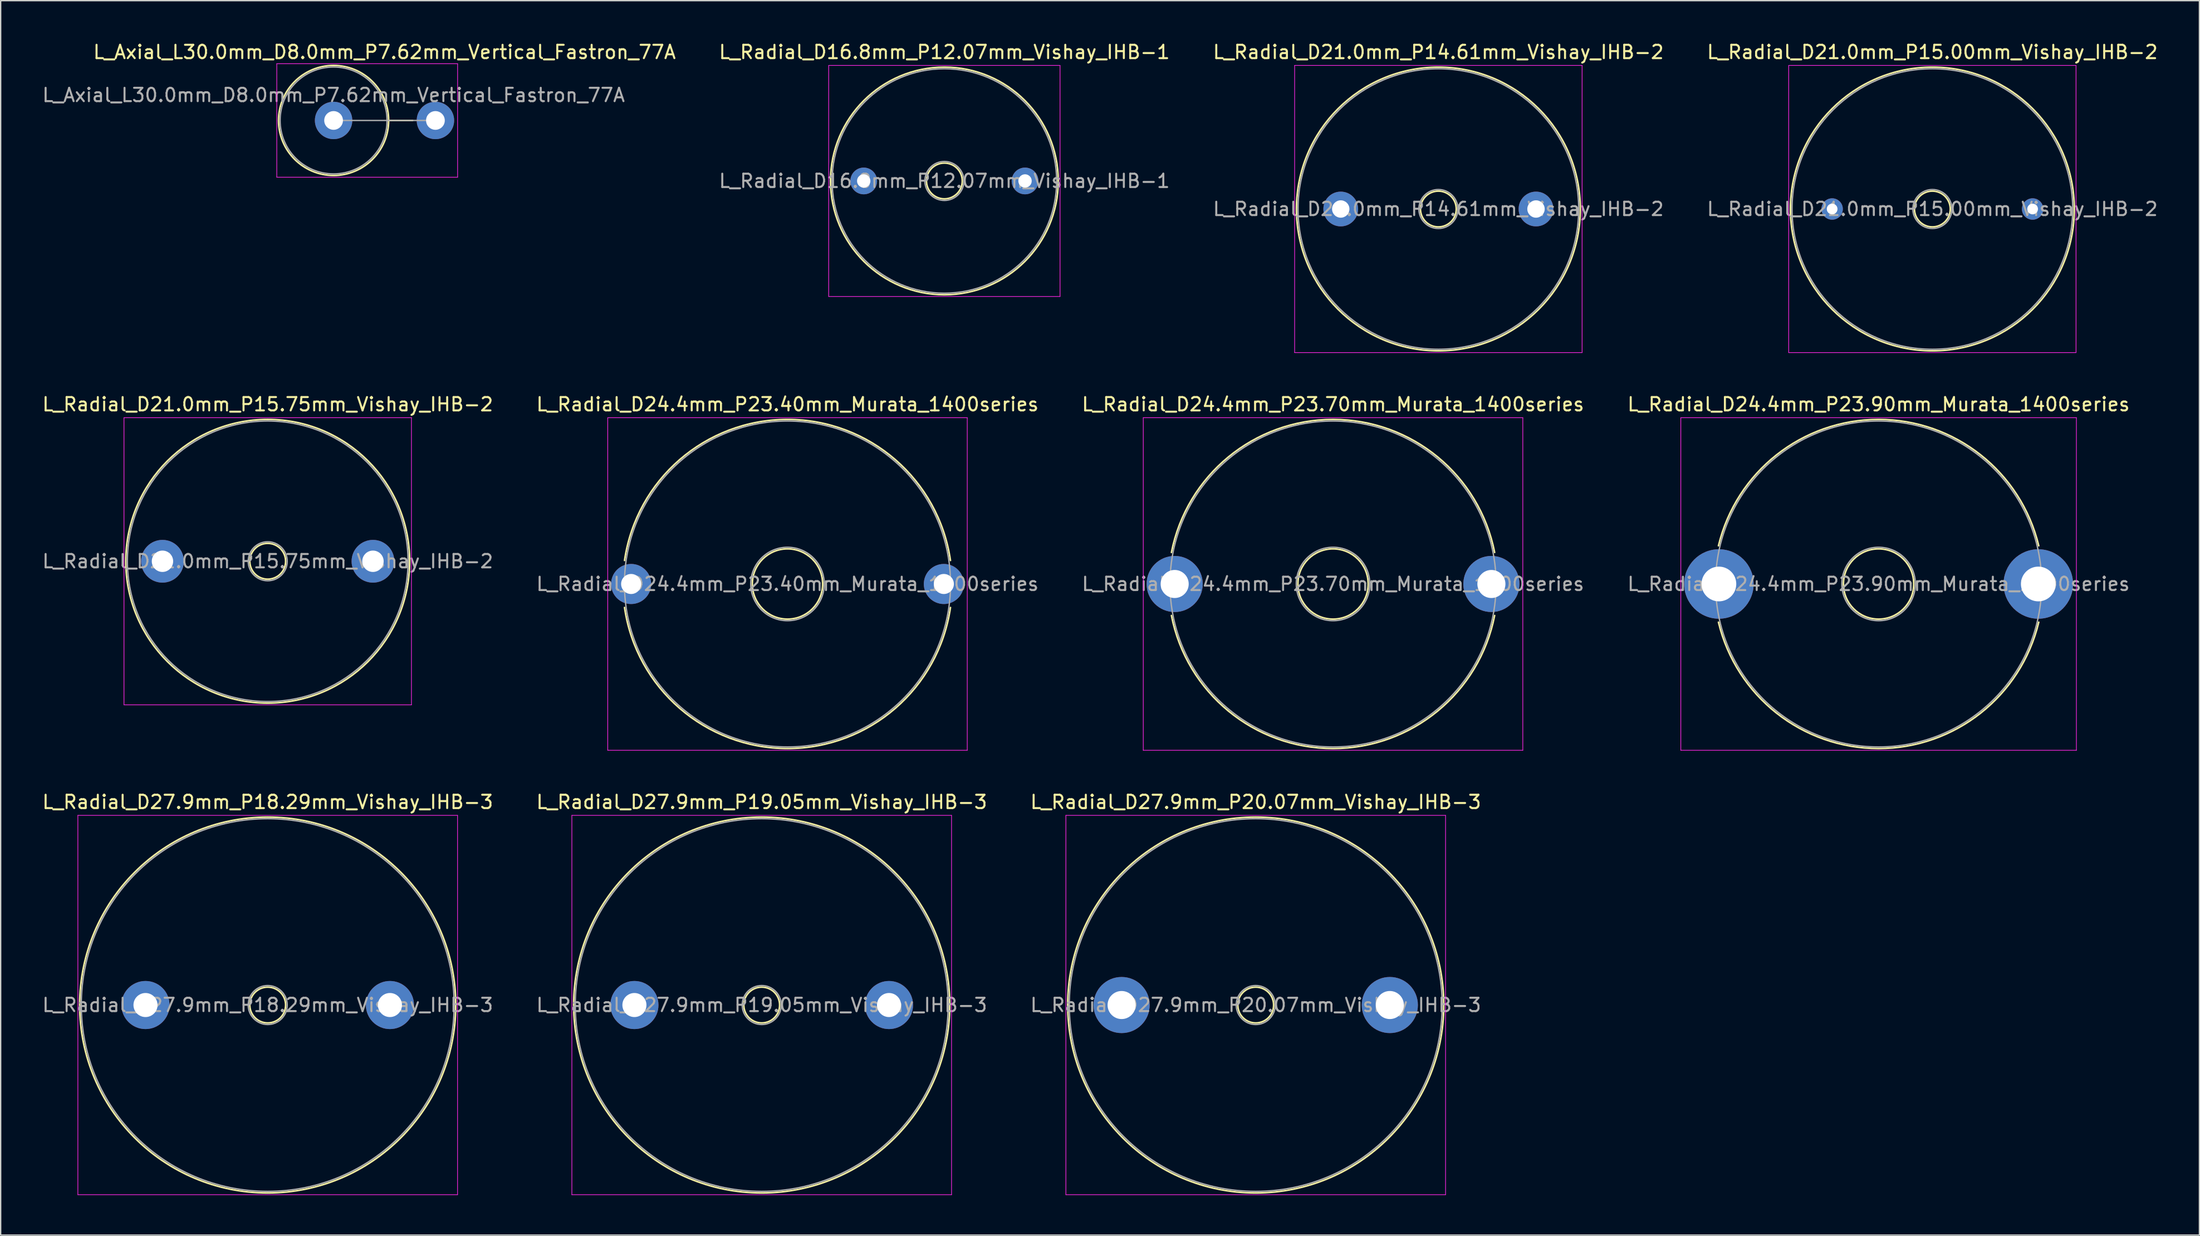
<source format=kicad_pcb>
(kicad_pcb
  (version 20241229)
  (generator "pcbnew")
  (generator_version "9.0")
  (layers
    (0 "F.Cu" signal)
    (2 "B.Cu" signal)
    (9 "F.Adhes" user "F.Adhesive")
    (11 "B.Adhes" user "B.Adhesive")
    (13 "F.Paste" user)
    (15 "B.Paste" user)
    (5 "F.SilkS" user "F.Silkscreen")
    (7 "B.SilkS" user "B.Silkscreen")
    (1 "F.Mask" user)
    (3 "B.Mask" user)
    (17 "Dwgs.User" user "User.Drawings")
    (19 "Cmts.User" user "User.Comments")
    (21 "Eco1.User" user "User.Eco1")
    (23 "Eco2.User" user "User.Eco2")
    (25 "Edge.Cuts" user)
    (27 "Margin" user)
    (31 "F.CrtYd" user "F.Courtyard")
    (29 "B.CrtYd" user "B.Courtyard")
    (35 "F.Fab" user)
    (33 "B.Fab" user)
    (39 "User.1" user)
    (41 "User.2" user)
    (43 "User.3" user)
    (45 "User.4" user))
  (footprint "L_Radial_D16.8mm_P12.07mm_Vishay_IHB-1"
    (layer "F.Cu")
    (at 61.579 10.498)
    (property "Reference" "L_Radial_D16.8mm_P12.07mm_Vishay_IHB-1" (at 6.035 -9.65 0) (layer "F.SilkS") (effects (font (size 1 1) (thickness 0.15))))
    (attr through_hole)
    (fp_circle (center 6.035 0) (end 7.375 0) (stroke (width 0.12) (type solid)) (fill no) (layer "F.SilkS"))
    (fp_circle (center 6.035 0) (end 14.555 0) (stroke (width 0.12) (type solid)) (fill no) (layer "F.SilkS"))
    (fp_line (start -2.62 -8.65) (end -2.62 8.65) (stroke (width 0.05) (type solid)) (layer "F.CrtYd"))
    (fp_line (start -2.62 8.65) (end 14.69 8.65) (stroke (width 0.05) (type solid)) (layer "F.CrtYd"))
    (fp_line (start 14.69 -8.65) (end -2.62 -8.65) (stroke (width 0.05) (type solid)) (layer "F.CrtYd"))
    (fp_line (start 14.69 8.65) (end 14.69 -8.65) (stroke (width 0.05) (type solid)) (layer "F.CrtYd"))
    (fp_circle (center 6.035 0) (end 7.495 0) (stroke (width 0.1) (type solid)) (fill no) (layer "F.Fab"))
    (fp_circle (center 6.035 0) (end 14.435 0) (stroke (width 0.1) (type solid)) (fill no) (layer "F.Fab"))
    (fp_text user "${REFERENCE}" (at 6.035 0 0) (layer "F.Fab") (effects (font (size 1 1) (thickness 0.15))))
    (pad "1" thru_hole circle (at 0 0) (size 2 2) (drill 1) (layers "*.Cu" "*.Mask"))
    (pad "2" thru_hole circle (at 12.07 0) (size 2 2) (drill 1) (layers "*.Cu" "*.Mask")))
  (footprint "L_Radial_D24.4mm_P23.90mm_Murata_1400series"
    (layer "F.Cu")
    (at 125.568 40.672)
    (property "Reference" "L_Radial_D24.4mm_P23.90mm_Murata_1400series" (at 11.95 -13.45 0) (layer "F.SilkS") (effects (font (size 1 1) (thickness 0.15))))
    (attr through_hole)
    (fp_arc (start -0.033439 -2.86) (mid 11.95 -12.32) (end 23.933439 -2.86) (stroke (width 0.12) (type solid)) (layer "F.SilkS"))
    (fp_arc (start 23.933439 2.86) (mid 11.95 12.32) (end -0.033439 2.86) (stroke (width 0.12) (type solid)) (layer "F.SilkS"))
    (fp_circle (center 11.95 0) (end 14.58 0) (stroke (width 0.12) (type solid)) (fill no) (layer "F.SilkS"))
    (fp_line (start -2.85 -12.45) (end -2.85 12.45) (stroke (width 0.05) (type solid)) (layer "F.CrtYd"))
    (fp_line (start -2.85 12.45) (end 26.75 12.45) (stroke (width 0.05) (type solid)) (layer "F.CrtYd"))
    (fp_line (start 26.75 -12.45) (end -2.85 -12.45) (stroke (width 0.05) (type solid)) (layer "F.CrtYd"))
    (fp_line (start 26.75 12.45) (end 26.75 -12.45) (stroke (width 0.05) (type solid)) (layer "F.CrtYd"))
    (fp_circle (center 11.95 0) (end 14.7 0) (stroke (width 0.1) (type solid)) (fill no) (layer "F.Fab"))
    (fp_circle (center 11.95 0) (end 24.15 0) (stroke (width 0.1) (type solid)) (fill no) (layer "F.Fab"))
    (fp_text user "${REFERENCE}" (at 11.95 0 0) (layer "F.Fab") (effects (font (size 1 1) (thickness 0.15))))
    (pad "1" thru_hole circle (at 0 0) (size 5.2 5.2) (drill 2.6) (layers "*.Cu" "*.Mask"))
    (pad "2" thru_hole circle (at 23.9 0) (size 5.2 5.2) (drill 2.6) (layers "*.Cu" "*.Mask")))
  (footprint "L_Radial_D27.9mm_P19.05mm_Vishay_IHB-3"
    (layer "F.Cu")
    (at 44.421 72.195)
    (property "Reference" "L_Radial_D27.9mm_P19.05mm_Vishay_IHB-3" (at 9.525 -15.2 0) (layer "F.SilkS") (effects (font (size 1 1) (thickness 0.15))))
    (attr through_hole)
    (fp_circle (center 9.525 0) (end 10.865 0) (stroke (width 0.12) (type solid)) (fill no) (layer "F.SilkS"))
    (fp_circle (center 9.525 0) (end 23.595 0) (stroke (width 0.12) (type solid)) (fill no) (layer "F.SilkS"))
    (fp_line (start -4.68 -14.2) (end -4.68 14.2) (stroke (width 0.05) (type solid)) (layer "F.CrtYd"))
    (fp_line (start -4.68 14.2) (end 23.73 14.2) (stroke (width 0.05) (type solid)) (layer "F.CrtYd"))
    (fp_line (start 23.73 -14.2) (end -4.68 -14.2) (stroke (width 0.05) (type solid)) (layer "F.CrtYd"))
    (fp_line (start 23.73 14.2) (end 23.73 -14.2) (stroke (width 0.05) (type solid)) (layer "F.CrtYd"))
    (fp_circle (center 9.525 0) (end 10.985 0) (stroke (width 0.1) (type solid)) (fill no) (layer "F.Fab"))
    (fp_circle (center 9.525 0) (end 23.475 0) (stroke (width 0.1) (type solid)) (fill no) (layer "F.Fab"))
    (fp_text user "${REFERENCE}" (at 9.525 0 0) (layer "F.Fab") (effects (font (size 1 1) (thickness 0.15))))
    (pad "1" thru_hole circle (at 0 0) (size 3.6 3.6) (drill 1.8) (layers "*.Cu" "*.Mask"))
    (pad "2" thru_hole circle (at 19.05 0) (size 3.6 3.6) (drill 1.8) (layers "*.Cu" "*.Mask")))
  (footprint "L_Radial_D21.0mm_P14.61mm_Vishay_IHB-2"
    (layer "F.Cu")
    (at 97.273 12.598)
    (property "Reference" "L_Radial_D21.0mm_P14.61mm_Vishay_IHB-2" (at 7.305 -11.75 0) (layer "F.SilkS") (effects (font (size 1 1) (thickness 0.15))))
    (attr through_hole)
    (fp_circle (center 7.305 0) (end 8.645 0) (stroke (width 0.12) (type solid)) (fill no) (layer "F.SilkS"))
    (fp_circle (center 7.305 0) (end 17.925 0) (stroke (width 0.12) (type solid)) (fill no) (layer "F.SilkS"))
    (fp_line (start -3.45 -10.75) (end -3.45 10.75) (stroke (width 0.05) (type solid)) (layer "F.CrtYd"))
    (fp_line (start -3.45 10.75) (end 18.06 10.75) (stroke (width 0.05) (type solid)) (layer "F.CrtYd"))
    (fp_line (start 18.06 -10.75) (end -3.45 -10.75) (stroke (width 0.05) (type solid)) (layer "F.CrtYd"))
    (fp_line (start 18.06 10.75) (end 18.06 -10.75) (stroke (width 0.05) (type solid)) (layer "F.CrtYd"))
    (fp_circle (center 7.305 0) (end 8.765 0) (stroke (width 0.1) (type solid)) (fill no) (layer "F.Fab"))
    (fp_circle (center 7.305 0) (end 17.805 0) (stroke (width 0.1) (type solid)) (fill no) (layer "F.Fab"))
    (fp_text user "${REFERENCE}" (at 7.305 0 0) (layer "F.Fab") (effects (font (size 1 1) (thickness 0.15))))
    (pad "1" thru_hole circle (at 0 0) (size 2.6 2.6) (drill 1.3) (layers "*.Cu" "*.Mask"))
    (pad "2" thru_hole circle (at 14.61 0) (size 2.6 2.6) (drill 1.3) (layers "*.Cu" "*.Mask")))
  (footprint "L_Radial_D24.4mm_P23.70mm_Murata_1400series"
    (layer "F.Cu")
    (at 84.846 40.672)
    (property "Reference" "L_Radial_D24.4mm_P23.70mm_Murata_1400series" (at 11.85 -13.45 0) (layer "F.SilkS") (effects (font (size 1 1) (thickness 0.15))))
    (attr through_hole)
    (fp_arc (start -0.241848 -2.36) (mid 11.85 -12.32) (end 23.941848 -2.36) (stroke (width 0.12) (type solid)) (layer "F.SilkS"))
    (fp_arc (start 23.941848 2.36) (mid 11.85 12.32) (end -0.241848 2.36) (stroke (width 0.12) (type solid)) (layer "F.SilkS"))
    (fp_circle (center 11.85 0) (end 14.48 0) (stroke (width 0.12) (type solid)) (fill no) (layer "F.SilkS"))
    (fp_line (start -2.35 -12.45) (end -2.35 12.45) (stroke (width 0.05) (type solid)) (layer "F.CrtYd"))
    (fp_line (start -2.35 12.45) (end 26.05 12.45) (stroke (width 0.05) (type solid)) (layer "F.CrtYd"))
    (fp_line (start 26.05 -12.45) (end -2.35 -12.45) (stroke (width 0.05) (type solid)) (layer "F.CrtYd"))
    (fp_line (start 26.05 12.45) (end 26.05 -12.45) (stroke (width 0.05) (type solid)) (layer "F.CrtYd"))
    (fp_circle (center 11.85 0) (end 14.6 0) (stroke (width 0.1) (type solid)) (fill no) (layer "F.Fab"))
    (fp_circle (center 11.85 0) (end 24.05 0) (stroke (width 0.1) (type solid)) (fill no) (layer "F.Fab"))
    (fp_text user "${REFERENCE}" (at 11.85 0 0) (layer "F.Fab") (effects (font (size 1 1) (thickness 0.15))))
    (pad "1" thru_hole circle (at 0 0) (size 4.2 4.2) (drill 2.1) (layers "*.Cu" "*.Mask"))
    (pad "2" thru_hole circle (at 23.7 0) (size 4.2 4.2) (drill 2.1) (layers "*.Cu" "*.Mask")))
  (footprint "L_Radial_D21.0mm_P15.75mm_Vishay_IHB-2"
    (layer "F.Cu")
    (at 9.107 38.971)
    (property "Reference" "L_Radial_D21.0mm_P15.75mm_Vishay_IHB-2" (at 7.875 -11.75 0) (layer "F.SilkS") (effects (font (size 1 1) (thickness 0.15))))
    (attr through_hole)
    (fp_circle (center 7.875 0) (end 9.215 0) (stroke (width 0.12) (type solid)) (fill no) (layer "F.SilkS"))
    (fp_circle (center 7.875 0) (end 18.495 0) (stroke (width 0.12) (type solid)) (fill no) (layer "F.SilkS"))
    (fp_line (start -2.88 -10.75) (end -2.88 10.75) (stroke (width 0.05) (type solid)) (layer "F.CrtYd"))
    (fp_line (start -2.88 10.75) (end 18.63 10.75) (stroke (width 0.05) (type solid)) (layer "F.CrtYd"))
    (fp_line (start 18.63 -10.75) (end -2.88 -10.75) (stroke (width 0.05) (type solid)) (layer "F.CrtYd"))
    (fp_line (start 18.63 10.75) (end 18.63 -10.75) (stroke (width 0.05) (type solid)) (layer "F.CrtYd"))
    (fp_circle (center 7.875 0) (end 9.335 0) (stroke (width 0.1) (type solid)) (fill no) (layer "F.Fab"))
    (fp_circle (center 7.875 0) (end 18.375 0) (stroke (width 0.1) (type solid)) (fill no) (layer "F.Fab"))
    (fp_text user "${REFERENCE}" (at 7.875 0 0) (layer "F.Fab") (effects (font (size 1 1) (thickness 0.15))))
    (pad "1" thru_hole circle (at 0 0) (size 3.2 3.2) (drill 1.6) (layers "*.Cu" "*.Mask"))
    (pad "2" thru_hole circle (at 15.75 0) (size 3.2 3.2) (drill 1.6) (layers "*.Cu" "*.Mask")))
  (footprint "L_Radial_D21.0mm_P15.00mm_Vishay_IHB-2"
    (layer "F.Cu")
    (at 134.042 12.598)
    (property "Reference" "L_Radial_D21.0mm_P15.00mm_Vishay_IHB-2" (at 7.5 -11.75 0) (layer "F.SilkS") (effects (font (size 1 1) (thickness 0.15))))
    (attr through_hole)
    (fp_circle (center 7.5 0) (end 8.84 0) (stroke (width 0.12) (type solid)) (fill no) (layer "F.SilkS"))
    (fp_circle (center 7.5 0) (end 18.12 0) (stroke (width 0.12) (type solid)) (fill no) (layer "F.SilkS"))
    (fp_line (start -3.25 -10.75) (end -3.25 10.75) (stroke (width 0.05) (type solid)) (layer "F.CrtYd"))
    (fp_line (start -3.25 10.75) (end 18.25 10.75) (stroke (width 0.05) (type solid)) (layer "F.CrtYd"))
    (fp_line (start 18.25 -10.75) (end -3.25 -10.75) (stroke (width 0.05) (type solid)) (layer "F.CrtYd"))
    (fp_line (start 18.25 10.75) (end 18.25 -10.75) (stroke (width 0.05) (type solid)) (layer "F.CrtYd"))
    (fp_circle (center 7.5 0) (end 8.96 0) (stroke (width 0.1) (type solid)) (fill no) (layer "F.Fab"))
    (fp_circle (center 7.5 0) (end 18 0) (stroke (width 0.1) (type solid)) (fill no) (layer "F.Fab"))
    (fp_text user "${REFERENCE}" (at 7.5 0 0) (layer "F.Fab") (effects (font (size 1 1) (thickness 0.15))))
    (pad "1" thru_hole circle (at 0 0) (size 1.6 1.6) (drill 0.8) (layers "*.Cu" "*.Mask"))
    (pad "2" thru_hole circle (at 15 0) (size 1.6 1.6) (drill 0.8) (layers "*.Cu" "*.Mask")))
  (footprint "L_Radial_D24.4mm_P23.40mm_Murata_1400series"
    (layer "F.Cu")
    (at 44.175 40.672)
    (property "Reference" "L_Radial_D24.4mm_P23.40mm_Murata_1400series" (at 11.7 -13.45 0) (layer "F.SilkS") (effects (font (size 1 1) (thickness 0.15))))
    (attr through_hole)
    (fp_arc (start -0.493638 -1.76) (mid 11.7 -12.32) (end 23.893638 -1.76) (stroke (width 0.12) (type solid)) (layer "F.SilkS"))
    (fp_arc (start 23.893638 1.76) (mid 11.7 12.32) (end -0.493638 1.76) (stroke (width 0.12) (type solid)) (layer "F.SilkS"))
    (fp_circle (center 11.7 0) (end 14.33 0) (stroke (width 0.12) (type solid)) (fill no) (layer "F.SilkS"))
    (fp_line (start -1.75 -12.45) (end -1.75 12.45) (stroke (width 0.05) (type solid)) (layer "F.CrtYd"))
    (fp_line (start -1.75 12.45) (end 25.15 12.45) (stroke (width 0.05) (type solid)) (layer "F.CrtYd"))
    (fp_line (start 25.15 -12.45) (end -1.75 -12.45) (stroke (width 0.05) (type solid)) (layer "F.CrtYd"))
    (fp_line (start 25.15 12.45) (end 25.15 -12.45) (stroke (width 0.05) (type solid)) (layer "F.CrtYd"))
    (fp_circle (center 11.7 0) (end 14.45 0) (stroke (width 0.1) (type solid)) (fill no) (layer "F.Fab"))
    (fp_circle (center 11.7 0) (end 23.9 0) (stroke (width 0.1) (type solid)) (fill no) (layer "F.Fab"))
    (fp_text user "${REFERENCE}" (at 11.7 0 0) (layer "F.Fab") (effects (font (size 1 1) (thickness 0.15))))
    (pad "1" thru_hole circle (at 0 0) (size 3 3) (drill 1.5) (layers "*.Cu" "*.Mask"))
    (pad "2" thru_hole circle (at 23.4 0) (size 3 3) (drill 1.5) (layers "*.Cu" "*.Mask")))
  (footprint "L_Radial_D27.9mm_P20.07mm_Vishay_IHB-3"
    (layer "F.Cu")
    (at 80.876 72.195)
    (property "Reference" "L_Radial_D27.9mm_P20.07mm_Vishay_IHB-3" (at 10.035 -15.2 0) (layer "F.SilkS") (effects (font (size 1 1) (thickness 0.15))))
    (attr through_hole)
    (fp_circle (center 10.035 0) (end 11.375 0) (stroke (width 0.12) (type solid)) (fill no) (layer "F.SilkS"))
    (fp_circle (center 10.035 0) (end 24.105 0) (stroke (width 0.12) (type solid)) (fill no) (layer "F.SilkS"))
    (fp_line (start -4.17 -14.2) (end -4.17 14.2) (stroke (width 0.05) (type solid)) (layer "F.CrtYd"))
    (fp_line (start -4.17 14.2) (end 24.24 14.2) (stroke (width 0.05) (type solid)) (layer "F.CrtYd"))
    (fp_line (start 24.24 -14.2) (end -4.17 -14.2) (stroke (width 0.05) (type solid)) (layer "F.CrtYd"))
    (fp_line (start 24.24 14.2) (end 24.24 -14.2) (stroke (width 0.05) (type solid)) (layer "F.CrtYd"))
    (fp_circle (center 10.035 0) (end 11.495 0) (stroke (width 0.1) (type solid)) (fill no) (layer "F.Fab"))
    (fp_circle (center 10.035 0) (end 23.985 0) (stroke (width 0.1) (type solid)) (fill no) (layer "F.Fab"))
    (fp_text user "${REFERENCE}" (at 10.035 0 0) (layer "F.Fab") (effects (font (size 1 1) (thickness 0.15))))
    (pad "1" thru_hole circle (at 0 0) (size 4.2 4.2) (drill 2.1) (layers "*.Cu" "*.Mask"))
    (pad "2" thru_hole circle (at 20.07 0) (size 4.2 4.2) (drill 2.1) (layers "*.Cu" "*.Mask")))
  (footprint "L_Radial_D27.9mm_P18.29mm_Vishay_IHB-3"
    (layer "F.Cu")
    (at 7.837 72.195)
    (property "Reference" "L_Radial_D27.9mm_P18.29mm_Vishay_IHB-3" (at 9.145 -15.2 0) (layer "F.SilkS") (effects (font (size 1 1) (thickness 0.15))))
    (attr through_hole)
    (fp_circle (center 9.145 0) (end 10.485 0) (stroke (width 0.12) (type solid)) (fill no) (layer "F.SilkS"))
    (fp_circle (center 9.145 0) (end 23.215 0) (stroke (width 0.12) (type solid)) (fill no) (layer "F.SilkS"))
    (fp_line (start -5.06 -14.2) (end -5.06 14.2) (stroke (width 0.05) (type solid)) (layer "F.CrtYd"))
    (fp_line (start -5.06 14.2) (end 23.35 14.2) (stroke (width 0.05) (type solid)) (layer "F.CrtYd"))
    (fp_line (start 23.35 -14.2) (end -5.06 -14.2) (stroke (width 0.05) (type solid)) (layer "F.CrtYd"))
    (fp_line (start 23.35 14.2) (end 23.35 -14.2) (stroke (width 0.05) (type solid)) (layer "F.CrtYd"))
    (fp_circle (center 9.145 0) (end 10.605 0) (stroke (width 0.1) (type solid)) (fill no) (layer "F.Fab"))
    (fp_circle (center 9.145 0) (end 23.095 0) (stroke (width 0.1) (type solid)) (fill no) (layer "F.Fab"))
    (fp_text user "${REFERENCE}" (at 9.145 0 0) (layer "F.Fab") (effects (font (size 1 1) (thickness 0.15))))
    (pad "1" thru_hole circle (at 0 0) (size 3.6 3.6) (drill 1.8) (layers "*.Cu" "*.Mask"))
    (pad "2" thru_hole circle (at 18.29 0) (size 3.6 3.6) (drill 1.8) (layers "*.Cu" "*.Mask")))
  (footprint "L_Axial_L30.0mm_D8.0mm_P7.62mm_Vertical_Fastron_77A"
    (layer "F.Cu")
    (at 21.911 5.968)
    (property "Reference" "L_Axial_L30.0mm_D8.0mm_P7.62mm_Vertical_Fastron_77A" (at 3.81 -5.12 0) (layer "F.SilkS") (effects (font (size 1 1) (thickness 0.15))))
    (attr through_hole)
    (fp_line (start 4.12 0) (end 5.92 0) (stroke (width 0.12) (type solid)) (layer "F.SilkS"))
    (fp_circle (center 0 0) (end 4.12 0) (stroke (width 0.12) (type solid)) (fill no) (layer "F.SilkS"))
    (fp_line (start -4.25 -4.25) (end -4.25 4.25) (stroke (width 0.05) (type solid)) (layer "F.CrtYd"))
    (fp_line (start -4.25 4.25) (end 9.28 4.25) (stroke (width 0.05) (type solid)) (layer "F.CrtYd"))
    (fp_line (start 9.28 -4.25) (end -4.25 -4.25) (stroke (width 0.05) (type solid)) (layer "F.CrtYd"))
    (fp_line (start 9.28 4.25) (end 9.28 -4.25) (stroke (width 0.05) (type solid)) (layer "F.CrtYd"))
    (fp_line (start 0 0) (end 7.62 0) (stroke (width 0.1) (type solid)) (layer "F.Fab"))
    (fp_circle (center 0 0) (end 4 0) (stroke (width 0.1) (type solid)) (fill no) (layer "F.Fab"))
    (fp_text user "${REFERENCE}" (at 0 -1.9 0) (layer "F.Fab") (effects (font (size 1 1) (thickness 0.15))))
    (pad "1" thru_hole circle (at 0 0) (size 2.8 2.8) (drill 1.4) (layers "*.Cu" "*.Mask"))
    (pad "2" thru_hole oval (at 7.62 0) (size 2.8 2.8) (drill 1.4) (layers "*.Cu" "*.Mask")))
  (gr_rect
    (start -3 -3)
    (end 161.524 89.42)
    (stroke (width 0.1) (type default))
    (fill no)
    (layer "Edge.Cuts")))
</source>
